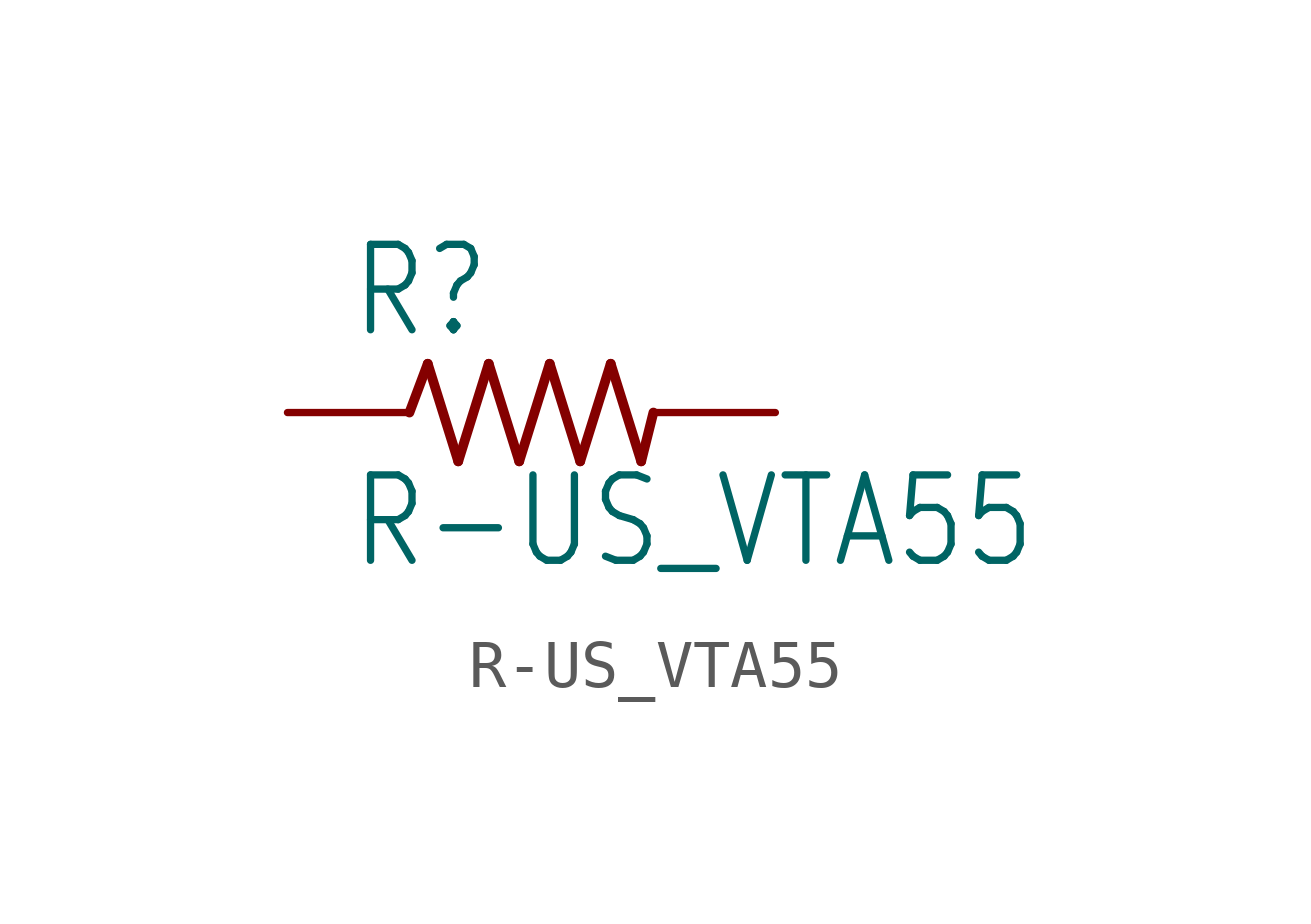
<source format=kicad_sym>
(kicad_symbol_lib
  (version 20220331)
  (generator kicad_symbol_editor)
  (symbol "R-US_VTA55"
    (property "Reference" "R"
      (at -3.81 1.499 0)
      (effects (font (size 1.778 1.511)) (justify left bottom)))
    (property "Value" "R-US_VTA55"
      (at -3.81 -3.302 0)
      (effects (font (size 1.778 1.511)) (justify left bottom)))
    (property "ki_locked" ""
      (at 0 0 0)
      (effects (font (size 1.27 1.27))))
    (symbol "R-US_VTA55_1_0"
      (polyline (pts (xy -2.54 0) (xy -2.159 1.016)) (stroke (width 0.203) (type solid)) (fill (type none)))
      (polyline (pts (xy -2.159 1.016) (xy -1.524 -1.016)) (stroke (width 0.203) (type solid)) (fill (type none)))
      (polyline (pts (xy -1.524 -1.016) (xy -0.889 1.016)) (stroke (width 0.203) (type solid)) (fill (type none)))
      (polyline (pts (xy -0.889 1.016) (xy -0.254 -1.016)) (stroke (width 0.203) (type solid)) (fill (type none)))
      (polyline (pts (xy -0.254 -1.016) (xy 0.381 1.016)) (stroke (width 0.203) (type solid)) (fill (type none)))
      (polyline (pts (xy 0.381 1.016) (xy 1.016 -1.016)) (stroke (width 0.203) (type solid)) (fill (type none)))
      (polyline (pts (xy 1.016 -1.016) (xy 1.651 1.016)) (stroke (width 0.203) (type solid)) (fill (type none)))
      (polyline (pts (xy 1.651 1.016) (xy 2.286 -1.016)) (stroke (width 0.203) (type solid)) (fill (type none)))
      (polyline (pts (xy 2.286 -1.016) (xy 2.54 0)) (stroke (width 0.203) (type solid)) (fill (type none)))
      (pin passive line (at -5.08 0 0) (length 2.54) (name "1" (effects (font (size 0 0)))) (number "1" (effects (font (size 0 0)))))
      (pin passive line (at 5.08 0 180) (length 2.54) (name "2" (effects (font (size 0 0)))) (number "2" (effects (font (size 0 0))))))))
</source>
